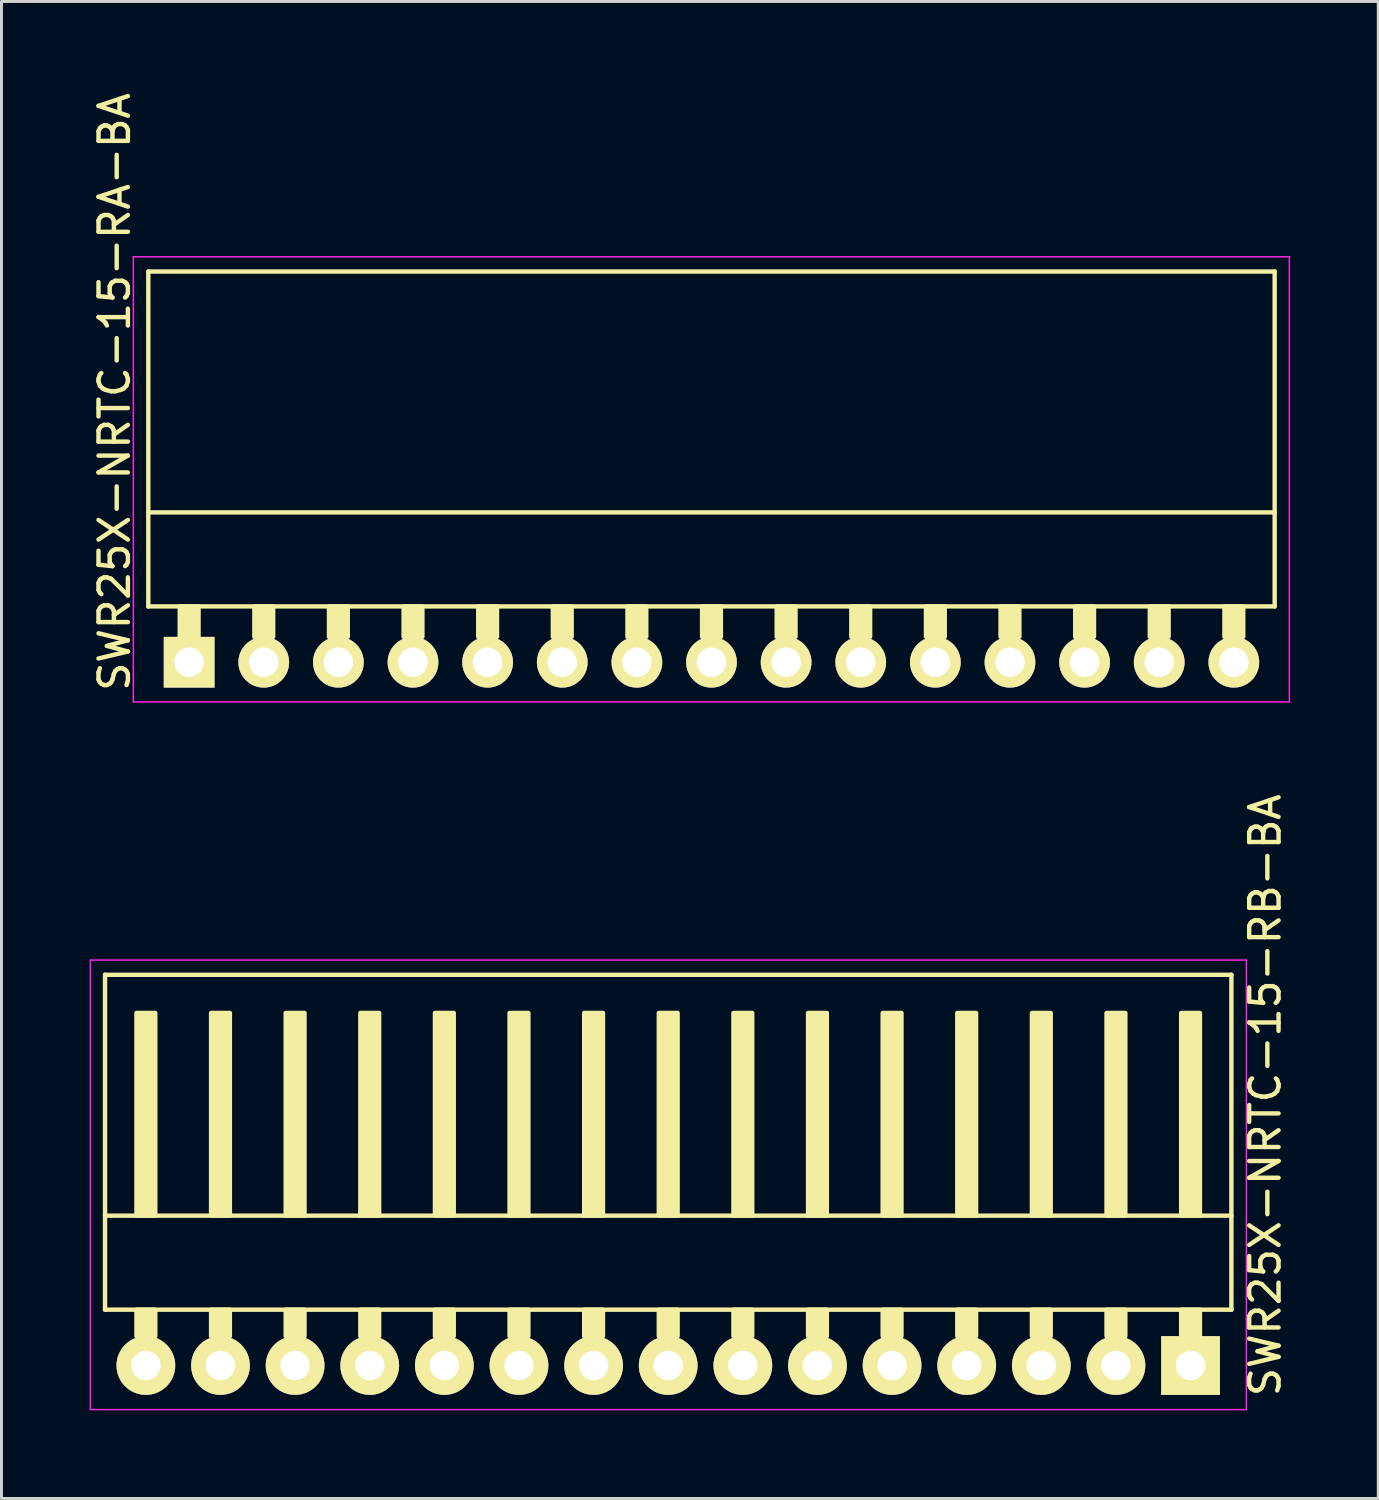
<source format=kicad_pcb>
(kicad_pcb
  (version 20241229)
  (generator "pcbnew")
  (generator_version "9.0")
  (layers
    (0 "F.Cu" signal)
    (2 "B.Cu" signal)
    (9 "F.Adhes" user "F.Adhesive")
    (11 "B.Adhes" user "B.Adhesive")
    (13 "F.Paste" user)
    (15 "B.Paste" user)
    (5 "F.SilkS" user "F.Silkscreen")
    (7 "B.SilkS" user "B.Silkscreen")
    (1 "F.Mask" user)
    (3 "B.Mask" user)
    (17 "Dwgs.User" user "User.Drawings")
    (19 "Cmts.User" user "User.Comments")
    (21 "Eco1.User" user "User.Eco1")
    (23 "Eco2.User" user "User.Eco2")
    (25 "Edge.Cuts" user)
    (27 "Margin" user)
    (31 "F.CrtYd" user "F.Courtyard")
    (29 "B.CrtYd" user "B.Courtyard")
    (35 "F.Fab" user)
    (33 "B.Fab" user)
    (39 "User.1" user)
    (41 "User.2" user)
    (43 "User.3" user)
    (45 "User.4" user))
  (footprint "SWR25X-NRTC-15-RB-BA"
    (layer "F.Cu")
    (at 37.475 43.43)
    (property "Reference" "SWR25X-NRTC-15-RB-BA" (at 2.54 -9.2 270) (layer "F.SilkS") (effects (font (size 1 1) (thickness 0.15))))
    (attr through_hole)
    (fp_line (start -36.95 -13.3) (end -36.95 -1.9) (stroke (width 0.15) (type solid)) (layer "F.SilkS"))
    (fp_line (start 1.39 -13.3) (end -36.95 -13.3) (stroke (width 0.15) (type solid)) (layer "F.SilkS"))
    (fp_line (start 1.39 -13.3) (end 1.39 -1.9) (stroke (width 0.15) (type solid)) (layer "F.SilkS"))
    (fp_line (start 1.39 -5.1) (end -36.95 -5.1) (stroke (width 0.15) (type solid)) (layer "F.SilkS"))
    (fp_line (start 1.39 -1.9) (end -36.95 -1.9) (stroke (width 0.15) (type solid)) (layer "F.SilkS"))
    (fp_poly (pts (xy -35.24 -5.1) (xy -35.88 -5.1) (xy -35.88 -12) (xy -35.24 -12)) (stroke (width 0.15) (type solid)) (fill yes) (layer "F.SilkS"))
    (fp_poly (pts (xy -35.24 -1.9) (xy -35.88 -1.9) (xy -35.88 -1) (xy -35.24 -1)) (stroke (width 0.15) (type solid)) (fill yes) (layer "F.SilkS"))
    (fp_poly (pts (xy -32.7 -5.1) (xy -33.34 -5.1) (xy -33.34 -12) (xy -32.7 -12)) (stroke (width 0.15) (type solid)) (fill yes) (layer "F.SilkS"))
    (fp_poly (pts (xy -32.7 -1.9) (xy -33.34 -1.9) (xy -33.34 -1) (xy -32.7 -1)) (stroke (width 0.15) (type solid)) (fill yes) (layer "F.SilkS"))
    (fp_poly (pts (xy -30.16 -5.1) (xy -30.8 -5.1) (xy -30.8 -12) (xy -30.16 -12)) (stroke (width 0.15) (type solid)) (fill yes) (layer "F.SilkS"))
    (fp_poly (pts (xy -30.16 -1.9) (xy -30.8 -1.9) (xy -30.8 -1) (xy -30.16 -1)) (stroke (width 0.15) (type solid)) (fill yes) (layer "F.SilkS"))
    (fp_poly (pts (xy -27.62 -5.1) (xy -28.26 -5.1) (xy -28.26 -12) (xy -27.62 -12)) (stroke (width 0.15) (type solid)) (fill yes) (layer "F.SilkS"))
    (fp_poly (pts (xy -27.62 -1.9) (xy -28.26 -1.9) (xy -28.26 -1) (xy -27.62 -1)) (stroke (width 0.15) (type solid)) (fill yes) (layer "F.SilkS"))
    (fp_poly (pts (xy -25.08 -5.1) (xy -25.72 -5.1) (xy -25.72 -12) (xy -25.08 -12)) (stroke (width 0.15) (type solid)) (fill yes) (layer "F.SilkS"))
    (fp_poly (pts (xy -25.08 -1.9) (xy -25.72 -1.9) (xy -25.72 -1) (xy -25.08 -1)) (stroke (width 0.15) (type solid)) (fill yes) (layer "F.SilkS"))
    (fp_poly (pts (xy -22.54 -5.1) (xy -23.18 -5.1) (xy -23.18 -12) (xy -22.54 -12)) (stroke (width 0.15) (type solid)) (fill yes) (layer "F.SilkS"))
    (fp_poly (pts (xy -22.54 -1.9) (xy -23.18 -1.9) (xy -23.18 -1) (xy -22.54 -1)) (stroke (width 0.15) (type solid)) (fill yes) (layer "F.SilkS"))
    (fp_poly (pts (xy -20 -5.1) (xy -20.64 -5.1) (xy -20.64 -12) (xy -20 -12)) (stroke (width 0.15) (type solid)) (fill yes) (layer "F.SilkS"))
    (fp_poly (pts (xy -20 -1.9) (xy -20.64 -1.9) (xy -20.64 -1) (xy -20 -1)) (stroke (width 0.15) (type solid)) (fill yes) (layer "F.SilkS"))
    (fp_poly (pts (xy -17.46 -5.1) (xy -18.1 -5.1) (xy -18.1 -12) (xy -17.46 -12)) (stroke (width 0.15) (type solid)) (fill yes) (layer "F.SilkS"))
    (fp_poly (pts (xy -17.46 -1.9) (xy -18.1 -1.9) (xy -18.1 -1) (xy -17.46 -1)) (stroke (width 0.15) (type solid)) (fill yes) (layer "F.SilkS"))
    (fp_poly (pts (xy -14.92 -5.1) (xy -15.56 -5.1) (xy -15.56 -12) (xy -14.92 -12)) (stroke (width 0.15) (type solid)) (fill yes) (layer "F.SilkS"))
    (fp_poly (pts (xy -14.92 -1.9) (xy -15.56 -1.9) (xy -15.56 -1) (xy -14.92 -1)) (stroke (width 0.15) (type solid)) (fill yes) (layer "F.SilkS"))
    (fp_poly (pts (xy -12.38 -5.1) (xy -13.02 -5.1) (xy -13.02 -12) (xy -12.38 -12)) (stroke (width 0.15) (type solid)) (fill yes) (layer "F.SilkS"))
    (fp_poly (pts (xy -12.38 -1.9) (xy -13.02 -1.9) (xy -13.02 -1) (xy -12.38 -1)) (stroke (width 0.15) (type solid)) (fill yes) (layer "F.SilkS"))
    (fp_poly (pts (xy -9.84 -5.1) (xy -10.48 -5.1) (xy -10.48 -12) (xy -9.84 -12)) (stroke (width 0.15) (type solid)) (fill yes) (layer "F.SilkS"))
    (fp_poly (pts (xy -9.84 -1.9) (xy -10.48 -1.9) (xy -10.48 -1) (xy -9.84 -1)) (stroke (width 0.15) (type solid)) (fill yes) (layer "F.SilkS"))
    (fp_poly (pts (xy -7.3 -5.1) (xy -7.94 -5.1) (xy -7.94 -12) (xy -7.3 -12)) (stroke (width 0.15) (type solid)) (fill yes) (layer "F.SilkS"))
    (fp_poly (pts (xy -7.3 -1.9) (xy -7.94 -1.9) (xy -7.94 -1) (xy -7.3 -1)) (stroke (width 0.15) (type solid)) (fill yes) (layer "F.SilkS"))
    (fp_poly (pts (xy -4.76 -5.1) (xy -5.4 -5.1) (xy -5.4 -12) (xy -4.76 -12)) (stroke (width 0.15) (type solid)) (fill yes) (layer "F.SilkS"))
    (fp_poly (pts (xy -4.76 -1.9) (xy -5.4 -1.9) (xy -5.4 -1) (xy -4.76 -1)) (stroke (width 0.15) (type solid)) (fill yes) (layer "F.SilkS"))
    (fp_poly (pts (xy -2.22 -5.1) (xy -2.86 -5.1) (xy -2.86 -12) (xy -2.22 -12)) (stroke (width 0.15) (type solid)) (fill yes) (layer "F.SilkS"))
    (fp_poly (pts (xy -2.22 -1.9) (xy -2.86 -1.9) (xy -2.86 -1) (xy -2.22 -1)) (stroke (width 0.15) (type solid)) (fill yes) (layer "F.SilkS"))
    (fp_poly (pts (xy 0.32 -5.1) (xy -0.32 -5.1) (xy -0.32 -12) (xy 0.32 -12)) (stroke (width 0.15) (type solid)) (fill yes) (layer "F.SilkS"))
    (fp_poly (pts (xy 0.32 -1.9) (xy -0.32 -1.9) (xy -0.32 -1) (xy 0.32 -1)) (stroke (width 0.15) (type solid)) (fill yes) (layer "F.SilkS"))
    (fp_line (start -37.45 -13.8) (end -37.45 1.5) (stroke (width 0.05) (type solid)) (layer "F.CrtYd"))
    (fp_line (start 1.9 -13.8) (end -37.45 -13.8) (stroke (width 0.05) (type solid)) (layer "F.CrtYd"))
    (fp_line (start 1.9 -13.8) (end 1.9 1.5) (stroke (width 0.05) (type solid)) (layer "F.CrtYd"))
    (fp_line (start 1.9 1.5) (end -37.45 1.5) (stroke (width 0.05) (type solid)) (layer "F.CrtYd"))
    (pad "1" thru_hole rect (at 0 0) (size 2 2) (drill 1) (layers "*.Cu" "*.Mask" "F.SilkS"))
    (pad "2" thru_hole circle (at -2.54 0) (size 2 2) (drill 1) (layers "*.Cu" "*.Mask" "F.SilkS"))
    (pad "3" thru_hole circle (at -5.08 0) (size 2 2) (drill 1) (layers "*.Cu" "*.Mask" "F.SilkS"))
    (pad "4" thru_hole circle (at -7.62 0) (size 2 2) (drill 1) (layers "*.Cu" "*.Mask" "F.SilkS"))
    (pad "5" thru_hole circle (at -10.16 0) (size 2 2) (drill 1) (layers "*.Cu" "*.Mask" "F.SilkS"))
    (pad "6" thru_hole circle (at -12.7 0) (size 2 2) (drill 1) (layers "*.Cu" "*.Mask" "F.SilkS"))
    (pad "7" thru_hole circle (at -15.24 0) (size 2 2) (drill 1) (layers "*.Cu" "*.Mask" "F.SilkS"))
    (pad "8" thru_hole circle (at -17.78 0) (size 2 2) (drill 1) (layers "*.Cu" "*.Mask" "F.SilkS"))
    (pad "9" thru_hole circle (at -20.32 0) (size 2 2) (drill 1) (layers "*.Cu" "*.Mask" "F.SilkS"))
    (pad "10" thru_hole circle (at -22.86 0) (size 2 2) (drill 1) (layers "*.Cu" "*.Mask" "F.SilkS"))
    (pad "11" thru_hole circle (at -25.4 0) (size 2 2) (drill 1) (layers "*.Cu" "*.Mask" "F.SilkS"))
    (pad "12" thru_hole circle (at -27.94 0) (size 2 2) (drill 1) (layers "*.Cu" "*.Mask" "F.SilkS"))
    (pad "13" thru_hole circle (at -30.48 0) (size 2 2) (drill 1) (layers "*.Cu" "*.Mask" "F.SilkS"))
    (pad "14" thru_hole circle (at -33.02 0) (size 2 2) (drill 1) (layers "*.Cu" "*.Mask" "F.SilkS"))
    (pad "15" thru_hole circle (at -35.56 0) (size 2 2) (drill 1) (layers "*.Cu" "*.Mask" "F.SilkS")))
  (footprint "SWR25X-NRTC-15-RA-BA"
    (layer "F.Cu")
    (at 3.388 19.492)
    (property "Reference" "SWR25X-NRTC-15-RA-BA" (at -2.54 -9.2 270) (layer "F.SilkS") (effects (font (size 1 1) (thickness 0.15))))
    (attr through_hole)
    (fp_line (start -1.39 -13.3) (end -1.39 -1.9) (stroke (width 0.15) (type solid)) (layer "F.SilkS"))
    (fp_line (start -1.39 -13.3) (end 36.95 -13.3) (stroke (width 0.15) (type solid)) (layer "F.SilkS"))
    (fp_line (start -1.39 -5.1) (end 36.95 -5.1) (stroke (width 0.15) (type solid)) (layer "F.SilkS"))
    (fp_line (start -1.39 -1.9) (end 36.95 -1.9) (stroke (width 0.15) (type solid)) (layer "F.SilkS"))
    (fp_line (start 36.95 -13.3) (end 36.95 -1.9) (stroke (width 0.15) (type solid)) (layer "F.SilkS"))
    (fp_poly (pts (xy 0.32 -1.9) (xy -0.32 -1.9) (xy -0.32 -0.864) (xy 0.32 -0.864)) (stroke (width 0.15) (type solid)) (fill yes) (layer "F.SilkS"))
    (fp_poly (pts (xy 2.86 -1.9) (xy 2.22 -1.9) (xy 2.22 -0.864) (xy 2.86 -0.864)) (stroke (width 0.15) (type solid)) (fill yes) (layer "F.SilkS"))
    (fp_poly (pts (xy 5.4 -1.9) (xy 4.76 -1.9) (xy 4.76 -0.864) (xy 5.4 -0.864)) (stroke (width 0.15) (type solid)) (fill yes) (layer "F.SilkS"))
    (fp_poly (pts (xy 7.94 -1.9) (xy 7.3 -1.9) (xy 7.3 -0.864) (xy 7.94 -0.864)) (stroke (width 0.15) (type solid)) (fill yes) (layer "F.SilkS"))
    (fp_poly (pts (xy 10.48 -1.9) (xy 9.84 -1.9) (xy 9.84 -0.864) (xy 10.48 -0.864)) (stroke (width 0.15) (type solid)) (fill yes) (layer "F.SilkS"))
    (fp_poly (pts (xy 13.02 -1.9) (xy 12.38 -1.9) (xy 12.38 -0.864) (xy 13.02 -0.864)) (stroke (width 0.15) (type solid)) (fill yes) (layer "F.SilkS"))
    (fp_poly (pts (xy 15.56 -1.9) (xy 14.92 -1.9) (xy 14.92 -0.864) (xy 15.56 -0.864)) (stroke (width 0.15) (type solid)) (fill yes) (layer "F.SilkS"))
    (fp_poly (pts (xy 18.1 -1.9) (xy 17.46 -1.9) (xy 17.46 -0.864) (xy 18.1 -0.864)) (stroke (width 0.15) (type solid)) (fill yes) (layer "F.SilkS"))
    (fp_poly (pts (xy 20.64 -1.9) (xy 20 -1.9) (xy 20 -0.864) (xy 20.64 -0.864)) (stroke (width 0.15) (type solid)) (fill yes) (layer "F.SilkS"))
    (fp_poly (pts (xy 23.18 -1.9) (xy 22.54 -1.9) (xy 22.54 -0.864) (xy 23.18 -0.864)) (stroke (width 0.15) (type solid)) (fill yes) (layer "F.SilkS"))
    (fp_poly (pts (xy 25.72 -1.9) (xy 25.08 -1.9) (xy 25.08 -0.864) (xy 25.72 -0.864)) (stroke (width 0.15) (type solid)) (fill yes) (layer "F.SilkS"))
    (fp_poly (pts (xy 28.26 -1.9) (xy 27.62 -1.9) (xy 27.62 -0.864) (xy 28.26 -0.864)) (stroke (width 0.15) (type solid)) (fill yes) (layer "F.SilkS"))
    (fp_poly (pts (xy 30.8 -1.9) (xy 30.16 -1.9) (xy 30.16 -0.864) (xy 30.8 -0.864)) (stroke (width 0.15) (type solid)) (fill yes) (layer "F.SilkS"))
    (fp_poly (pts (xy 33.34 -1.9) (xy 32.7 -1.9) (xy 32.7 -0.864) (xy 33.34 -0.864)) (stroke (width 0.15) (type solid)) (fill yes) (layer "F.SilkS"))
    (fp_poly (pts (xy 35.88 -1.9) (xy 35.24 -1.9) (xy 35.24 -0.864) (xy 35.88 -0.864)) (stroke (width 0.15) (type solid)) (fill yes) (layer "F.SilkS"))
    (fp_line (start -1.9 -13.8) (end -1.9 1.35) (stroke (width 0.05) (type solid)) (layer "F.CrtYd"))
    (fp_line (start -1.9 -13.8) (end 37.45 -13.8) (stroke (width 0.05) (type solid)) (layer "F.CrtYd"))
    (fp_line (start -1.9 1.35) (end 37.45 1.35) (stroke (width 0.05) (type solid)) (layer "F.CrtYd"))
    (fp_line (start 37.45 -13.8) (end 37.45 1.35) (stroke (width 0.05) (type solid)) (layer "F.CrtYd"))
    (pad "1" thru_hole rect (at 0 0) (size 1.727 1.727) (drill 1) (layers "*.Cu" "*.Mask" "F.SilkS"))
    (pad "2" thru_hole circle (at 2.54 0) (size 1.727 1.727) (drill 1) (layers "*.Cu" "*.Mask" "F.SilkS"))
    (pad "3" thru_hole circle (at 5.08 0) (size 1.727 1.727) (drill 1) (layers "*.Cu" "*.Mask" "F.SilkS"))
    (pad "4" thru_hole circle (at 7.62 0) (size 1.727 1.727) (drill 1) (layers "*.Cu" "*.Mask" "F.SilkS"))
    (pad "5" thru_hole circle (at 10.16 0) (size 1.727 1.727) (drill 1) (layers "*.Cu" "*.Mask" "F.SilkS"))
    (pad "6" thru_hole circle (at 12.7 0) (size 1.727 1.727) (drill 1) (layers "*.Cu" "*.Mask" "F.SilkS"))
    (pad "7" thru_hole circle (at 15.24 0) (size 1.727 1.727) (drill 1) (layers "*.Cu" "*.Mask" "F.SilkS"))
    (pad "8" thru_hole circle (at 17.78 0) (size 1.727 1.727) (drill 1) (layers "*.Cu" "*.Mask" "F.SilkS"))
    (pad "9" thru_hole circle (at 20.32 0) (size 1.727 1.727) (drill 1) (layers "*.Cu" "*.Mask" "F.SilkS"))
    (pad "10" thru_hole circle (at 22.86 0) (size 1.727 1.727) (drill 1) (layers "*.Cu" "*.Mask" "F.SilkS"))
    (pad "11" thru_hole circle (at 25.4 0) (size 1.727 1.727) (drill 1) (layers "*.Cu" "*.Mask" "F.SilkS"))
    (pad "12" thru_hole circle (at 27.94 0) (size 1.727 1.727) (drill 1) (layers "*.Cu" "*.Mask" "F.SilkS"))
    (pad "13" thru_hole circle (at 30.48 0) (size 1.727 1.727) (drill 1) (layers "*.Cu" "*.Mask" "F.SilkS"))
    (pad "14" thru_hole circle (at 33.02 0) (size 1.727 1.727) (drill 1) (layers "*.Cu" "*.Mask" "F.SilkS"))
    (pad "15" thru_hole circle (at 35.56 0) (size 1.727 1.727) (drill 1) (layers "*.Cu" "*.Mask" "F.SilkS")))
  (gr_rect
    (start -3 -3)
    (end 43.863 47.955)
    (stroke (width 0.1) (type default))
    (fill no)
    (layer "Edge.Cuts")))
</source>
